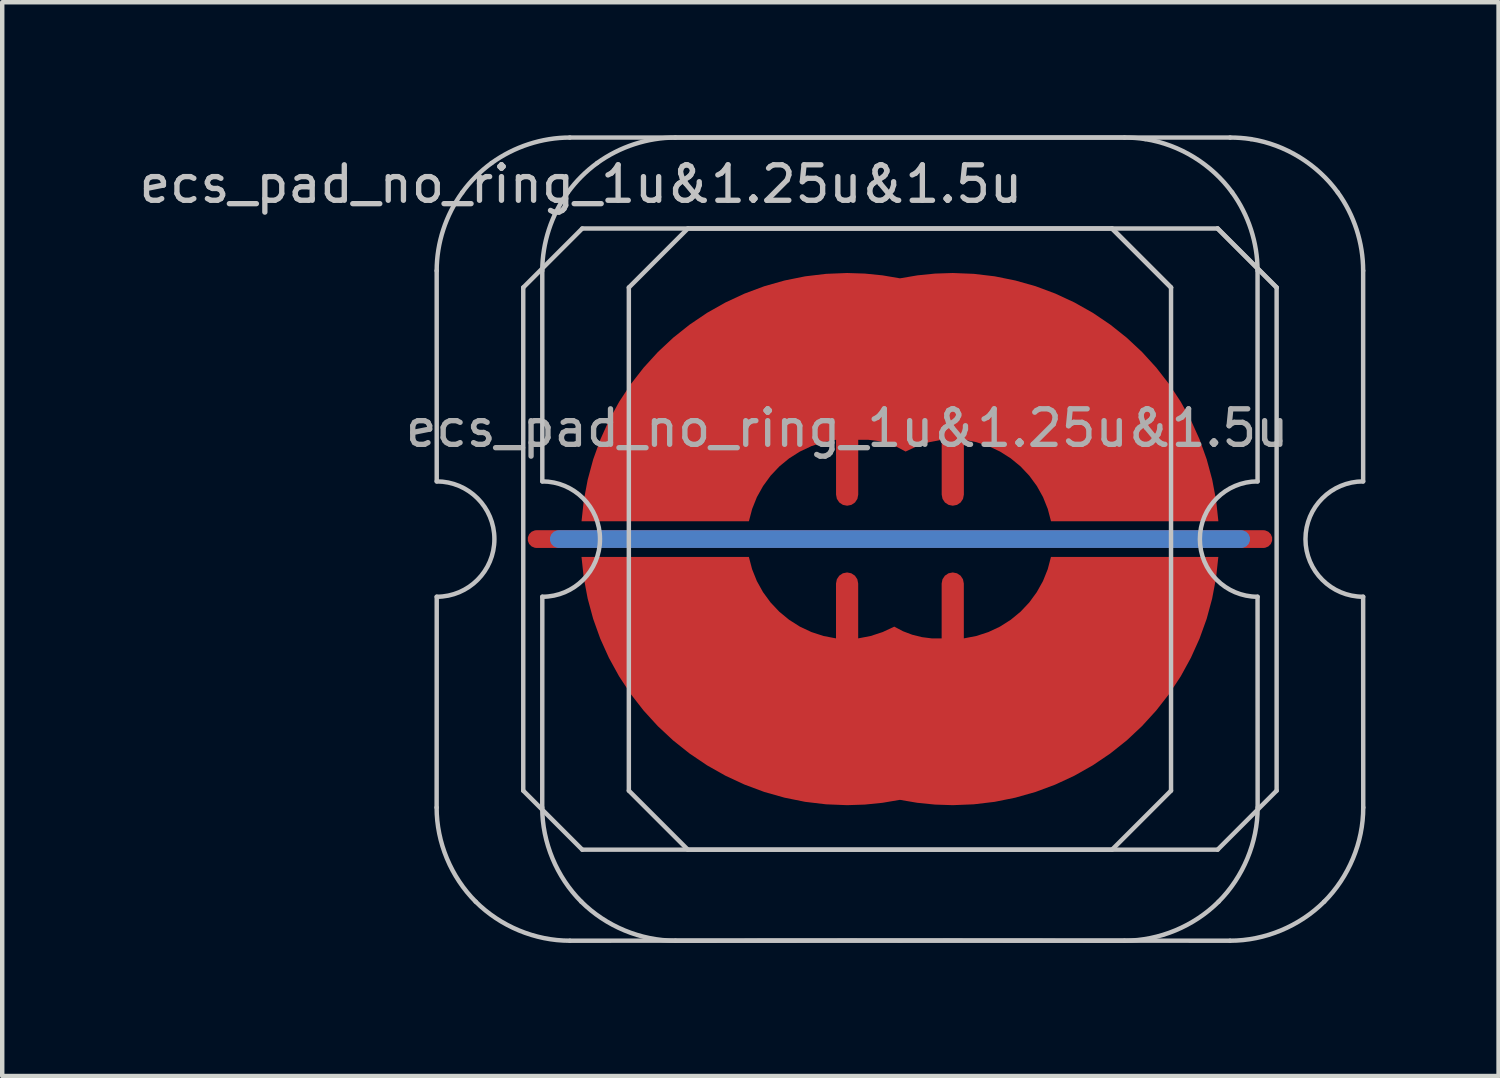
<source format=kicad_pcb>
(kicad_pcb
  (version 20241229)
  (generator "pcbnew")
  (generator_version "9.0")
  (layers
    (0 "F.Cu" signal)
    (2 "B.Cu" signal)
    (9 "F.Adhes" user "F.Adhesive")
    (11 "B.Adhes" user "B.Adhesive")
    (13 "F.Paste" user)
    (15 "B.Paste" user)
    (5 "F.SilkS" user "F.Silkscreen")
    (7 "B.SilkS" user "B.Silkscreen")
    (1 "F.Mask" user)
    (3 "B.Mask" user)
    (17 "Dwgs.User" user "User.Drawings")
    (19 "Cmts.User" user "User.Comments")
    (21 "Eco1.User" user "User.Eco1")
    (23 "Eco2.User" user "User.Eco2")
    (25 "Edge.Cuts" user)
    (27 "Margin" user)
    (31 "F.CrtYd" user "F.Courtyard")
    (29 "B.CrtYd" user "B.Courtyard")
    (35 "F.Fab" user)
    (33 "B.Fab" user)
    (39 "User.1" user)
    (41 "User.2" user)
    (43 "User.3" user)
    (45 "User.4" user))
  (footprint "ecs_pad_no_ring_1u&1.25u&1.5u"
    (layer "F.Cu")
    (at 16.043 9.1)
    (property "Reference" "ecs_pad_no_ring_1u&1.25u&1.5u" (at -6 -8 0) (layer "Dwgs.User") (effects (font (size 0.8 0.8) (thickness 0.12))))
    (attr smd)
    (fp_line (start -9.252 6.05) (end -9.25 1.3) (stroke (width 0.1) (type solid)) (layer "Dwgs.User"))
    (fp_line (start -9.25 -1.3) (end -9.251 -6.049) (stroke (width 0.1) (type solid)) (layer "Dwgs.User"))
    (fp_line (start -7.3 -5.67) (end -5.97 -7) (stroke (width 0.1) (type solid)) (layer "Dwgs.User"))
    (fp_line (start -7.3 5.67) (end -7.3 -5.67) (stroke (width 0.1) (type solid)) (layer "Dwgs.User"))
    (fp_line (start -6.872 6.05) (end -6.87 1.3) (stroke (width 0.1) (type solid)) (layer "Dwgs.User"))
    (fp_line (start -6.87 -1.3) (end -6.871 -6.049) (stroke (width 0.1) (type solid)) (layer "Dwgs.User"))
    (fp_line (start -5.97 -7) (end 5.97 -7) (stroke (width 0.1) (type solid)) (layer "Dwgs.User"))
    (fp_line (start -5.97 7) (end -7.3 5.67) (stroke (width 0.1) (type solid)) (layer "Dwgs.User"))
    (fp_line (start -4.92 -5.67) (end -3.59 -7) (stroke (width 0.1) (type solid)) (layer "Dwgs.User"))
    (fp_line (start -4.92 5.67) (end -4.92 -5.67) (stroke (width 0.1) (type solid)) (layer "Dwgs.User"))
    (fp_line (start -3.59 -7) (end 8.35 -7) (stroke (width 0.1) (type solid)) (layer "Dwgs.User"))
    (fp_line (start -3.59 7) (end -4.92 5.67) (stroke (width 0.1) (type solid)) (layer "Dwgs.User"))
    (fp_line (start 5.97 -7) (end 7.3 -5.67) (stroke (width 0.1) (type solid)) (layer "Dwgs.User"))
    (fp_line (start 5.97 7) (end -5.97 7) (stroke (width 0.1) (type solid)) (layer "Dwgs.User"))
    (fp_line (start 7.3 -5.67) (end 5.97 -7) (stroke (width 0.1) (type solid)) (layer "Dwgs.User"))
    (fp_line (start 7.3 -5.67) (end 7.3 5.67) (stroke (width 0.1) (type solid)) (layer "Dwgs.User"))
    (fp_line (start 7.3 5.67) (end 5.97 7) (stroke (width 0.1) (type solid)) (layer "Dwgs.User"))
    (fp_line (start 8.35 -7) (end 9.68 -5.67) (stroke (width 0.1) (type solid)) (layer "Dwgs.User"))
    (fp_line (start 8.35 7) (end -3.59 7) (stroke (width 0.1) (type solid)) (layer "Dwgs.User"))
    (fp_line (start 9.25 -1.3) (end 9.25 -6.049) (stroke (width 0.1) (type solid)) (layer "Dwgs.User"))
    (fp_line (start 9.252 6.05) (end 9.25 1.3) (stroke (width 0.1) (type solid)) (layer "Dwgs.User"))
    (fp_line (start 9.68 -5.67) (end 8.35 -7) (stroke (width 0.1) (type solid)) (layer "Dwgs.User"))
    (fp_line (start 9.68 -5.67) (end 9.68 5.67) (stroke (width 0.1) (type solid)) (layer "Dwgs.User"))
    (fp_line (start 9.68 5.67) (end 8.35 7) (stroke (width 0.1) (type solid)) (layer "Dwgs.User"))
    (fp_line (start 11.63 -1.3) (end 11.63 -6.049) (stroke (width 0.1) (type solid)) (layer "Dwgs.User"))
    (fp_line (start 11.632 6.05) (end 11.63 1.3) (stroke (width 0.1) (type solid)) (layer "Dwgs.User"))
    (fp_arc (start -9.25 -1.3) (mid -7.949999 0) (end -9.25 1.3) (stroke (width 0.1) (type solid)) (layer "Dwgs.User"))
    (fp_arc (start -6.87 -1.3) (mid -5.569999 -0.000001) (end -6.87 1.3) (stroke (width 0.1) (type solid)) (layer "Dwgs.User"))
    (fp_arc (start 9.25 1.3) (mid 7.95 0) (end 9.25 -1.3) (stroke (width 0.1) (type solid)) (layer "Dwgs.User"))
    (fp_arc (start 11.63 1.3) (mid 10.33 0) (end 11.63 -1.3) (stroke (width 0.1) (type solid)) (layer "Dwgs.User"))
    (fp_curve (pts (xy -9.252 6.05) (xy -9.254 6.836) (xy -8.926 7.618) (xy -8.372 8.172)) (stroke (width 0.1) (type solid)) (layer "Dwgs.User"))
    (fp_curve (pts (xy -8.676 -7.812) (xy -9.045 -7.303) (xy -9.251 -6.678) (xy -9.251 -6.049)) (stroke (width 0.1) (type solid)) (layer "Dwgs.User"))
    (fp_curve (pts (xy -8.372 8.172) (xy -7.817 8.726) (xy -7.035 9.053) (xy -6.25 9.052)) (stroke (width 0.1) (type solid)) (layer "Dwgs.User"))
    (fp_curve (pts (xy -8.013 -8.476) (xy -8.267 -8.291) (xy -8.492 -8.066) (xy -8.676 -7.812)) (stroke (width 0.1) (type solid)) (layer "Dwgs.User"))
    (fp_curve (pts (xy -6.872 6.05) (xy -6.874 6.836) (xy -6.546 7.618) (xy -5.992 8.172)) (stroke (width 0.1) (type solid)) (layer "Dwgs.User"))
    (fp_curve (pts (xy -6.296 -7.812) (xy -6.665 -7.303) (xy -6.871 -6.678) (xy -6.871 -6.049)) (stroke (width 0.1) (type solid)) (layer "Dwgs.User"))
    (fp_curve (pts (xy -6.25 -9.05) (xy -6.878 -9.05) (xy -7.504 -8.844) (xy -8.013 -8.476)) (stroke (width 0.1) (type solid)) (layer "Dwgs.User"))
    (fp_curve (pts (xy -6.25 9.052) (xy -2.116 9.046) (xy 2.116 9.046) (xy 6.25 9.052)) (stroke (width 0.1) (type solid)) (layer "Dwgs.User"))
    (fp_curve (pts (xy -5.992 8.172) (xy -5.437 8.726) (xy -4.655 9.053) (xy -3.87 9.052)) (stroke (width 0.1) (type solid)) (layer "Dwgs.User"))
    (fp_curve (pts (xy -5.633 -8.476) (xy -5.887 -8.291) (xy -6.112 -8.066) (xy -6.296 -7.812)) (stroke (width 0.1) (type solid)) (layer "Dwgs.User"))
    (fp_curve (pts (xy -3.87 -9.05) (xy -4.498 -9.05) (xy -5.124 -8.844) (xy -5.633 -8.476)) (stroke (width 0.1) (type solid)) (layer "Dwgs.User"))
    (fp_curve (pts (xy -3.87 9.052) (xy 0.264 9.046) (xy 4.496 9.046) (xy 8.63 9.052)) (stroke (width 0.1) (type solid)) (layer "Dwgs.User"))
    (fp_curve (pts (xy 6.25 9.052) (xy 7.035 9.053) (xy 7.817 8.726) (xy 8.372 8.172)) (stroke (width 0.1) (type solid)) (layer "Dwgs.User"))
    (fp_curve (pts (xy 6.25 -9.05) (xy 2.118 -9.052) (xy -2.117 -9.05) (xy -6.25 -9.05)) (stroke (width 0.1) (type solid)) (layer "Dwgs.User"))
    (fp_curve (pts (xy 6.72 -9.015) (xy 6.564 -9.039) (xy 6.407 -9.05) (xy 6.25 -9.05)) (stroke (width 0.1) (type solid)) (layer "Dwgs.User"))
    (fp_curve (pts (xy 8.372 8.172) (xy 8.926 7.618) (xy 9.254 6.836) (xy 9.252 6.05)) (stroke (width 0.1) (type solid)) (layer "Dwgs.User"))
    (fp_curve (pts (xy 8.63 9.052) (xy 9.415 9.053) (xy 10.197 8.726) (xy 10.752 8.172)) (stroke (width 0.1) (type solid)) (layer "Dwgs.User"))
    (fp_curve (pts (xy 8.63 -9.05) (xy 4.498 -9.052) (xy 0.263 -9.05) (xy -3.87 -9.05)) (stroke (width 0.1) (type solid)) (layer "Dwgs.User"))
    (fp_curve (pts (xy 8.677 -7.814) (xy 8.215 -8.449) (xy 7.496 -8.893) (xy 6.72 -9.015)) (stroke (width 0.1) (type solid)) (layer "Dwgs.User"))
    (fp_curve (pts (xy 9.1 -9.015) (xy 8.944 -9.039) (xy 8.787 -9.05) (xy 8.63 -9.05)) (stroke (width 0.1) (type solid)) (layer "Dwgs.User"))
    (fp_curve (pts (xy 9.25 -6.049) (xy 9.25 -6.677) (xy 9.046 -7.307) (xy 8.677 -7.814)) (stroke (width 0.1) (type solid)) (layer "Dwgs.User"))
    (fp_curve (pts (xy 10.752 8.172) (xy 11.306 7.618) (xy 11.634 6.836) (xy 11.632 6.05)) (stroke (width 0.1) (type solid)) (layer "Dwgs.User"))
    (fp_curve (pts (xy 11.057 -7.814) (xy 10.595 -8.449) (xy 9.876 -8.893) (xy 9.1 -9.015)) (stroke (width 0.1) (type solid)) (layer "Dwgs.User"))
    (fp_curve (pts (xy 11.63 -6.049) (xy 11.63 -6.677) (xy 11.426 -7.307) (xy 11.057 -7.814)) (stroke (width 0.1) (type solid)) (layer "Dwgs.User"))
    (fp_text user "${REFERENCE}" (at 0 -2.5 0) (layer "F.Fab") (effects (font (size 0.8 0.8) (thickness 0.12))))
    (pad "1" smd custom (at 0 -1.002) (size 0.019 0.019) (layers "F.Cu") (options (anchor circle)) (primitives (gr_poly (pts (xy -0.231 0.096) (xy -0.177 0.177) (xy -0.096 0.231) (xy 0 0.25) (xy 0.096 0.231) (xy 0.177 0.177) (xy 0.231 0.096) (xy 0.25 0) (xy 0.25 -1.236) (xy 0.473 -1.236) (xy 0.695 -1.208) (xy 0.912 -1.154) (xy 1.121 -1.075) (xy 1.318 -0.971) (xy 1.578 -1.093) (xy 1.85 -1.182) (xy 2.131 -1.236) (xy 2.131 0) (xy 2.15 0.096) (xy 2.204 0.177) (xy 2.286 0.231) (xy 2.381 0.25) (xy 2.477 0.231) (xy 2.558 0.177) (xy 2.612 0.096) (xy 2.631 0) (xy 2.631 -1.236) (xy 2.913 -1.182) (xy 3.186 -1.093) (xy 3.445 -0.971) (xy 3.688 -0.817) (xy 3.909 -0.635) (xy 4.106 -0.426) (xy 4.276 -0.194) (xy 4.415 0.056) (xy 4.522 0.323) (xy 4.595 0.6) (xy 8.367 0.6) (xy 8.316 0.128) (xy 8.228 -0.338) (xy 8.104 -0.796) (xy 7.944 -1.243) (xy 7.749 -1.675) (xy 7.52 -2.091) (xy 7.259 -2.488) (xy 6.968 -2.862) (xy 6.648 -3.213) (xy 6.301 -3.537) (xy 5.93 -3.832) (xy 5.536 -4.098) (xy 5.123 -4.331) (xy 4.693 -4.531) (xy 4.248 -4.697) (xy 3.792 -4.826) (xy 3.327 -4.92) (xy 2.855 -4.976) (xy 2.381 -4.995) (xy 1.982 -4.982) (xy 1.585 -4.942) (xy 1.191 -4.875) (xy 0.797 -4.942) (xy 0.399 -4.982) (xy 0 -4.995) (xy -0.474 -4.976) (xy -0.945 -4.92) (xy -1.411 -4.826) (xy -1.867 -4.697) (xy -2.312 -4.531) (xy -2.742 -4.331) (xy -3.155 -4.098) (xy -3.549 -3.832) (xy -3.92 -3.537) (xy -4.266 -3.213) (xy -4.586 -2.862) (xy -4.878 -2.488) (xy -5.139 -2.091) (xy -5.367 -1.675) (xy -5.562 -1.243) (xy -5.723 -0.796) (xy -5.847 -0.338) (xy -5.935 0.128) (xy -5.986 0.6) (xy -2.214 0.6) (xy -2.141 0.323) (xy -2.034 0.056) (xy -1.894 -0.194) (xy -1.725 -0.426) (xy -1.528 -0.635) (xy -1.307 -0.817) (xy -1.064 -0.971) (xy -0.805 -1.093) (xy -0.532 -1.182) (xy -0.25 -1.236) (xy -0.25 0)) (width 0) (fill yes))))
    (pad "2" smd custom (at 2.38 1.002 180) (size 0.019 0.019) (layers "F.Cu") (options (anchor circle)) (primitives (gr_poly (pts (xy -0.231 0.096) (xy -0.177 0.177) (xy -0.096 0.231) (xy 0 0.25) (xy 0.096 0.231) (xy 0.177 0.177) (xy 0.231 0.096) (xy 0.25 0) (xy 0.25 -1.236) (xy 0.473 -1.236) (xy 0.695 -1.208) (xy 0.912 -1.154) (xy 1.121 -1.075) (xy 1.318 -0.971) (xy 1.578 -1.093) (xy 1.85 -1.182) (xy 2.131 -1.236) (xy 2.131 0) (xy 2.15 0.096) (xy 2.204 0.177) (xy 2.286 0.231) (xy 2.381 0.25) (xy 2.477 0.231) (xy 2.558 0.177) (xy 2.612 0.096) (xy 2.631 0) (xy 2.631 -1.236) (xy 2.913 -1.182) (xy 3.186 -1.093) (xy 3.445 -0.971) (xy 3.688 -0.817) (xy 3.909 -0.635) (xy 4.106 -0.426) (xy 4.276 -0.194) (xy 4.415 0.056) (xy 4.522 0.323) (xy 4.595 0.6) (xy 8.367 0.6) (xy 8.316 0.128) (xy 8.228 -0.338) (xy 8.104 -0.796) (xy 7.944 -1.243) (xy 7.749 -1.675) (xy 7.52 -2.091) (xy 7.259 -2.488) (xy 6.968 -2.862) (xy 6.648 -3.213) (xy 6.301 -3.537) (xy 5.93 -3.832) (xy 5.536 -4.098) (xy 5.123 -4.331) (xy 4.693 -4.531) (xy 4.248 -4.697) (xy 3.792 -4.826) (xy 3.327 -4.92) (xy 2.855 -4.976) (xy 2.381 -4.995) (xy 1.982 -4.982) (xy 1.585 -4.942) (xy 1.191 -4.875) (xy 0.797 -4.942) (xy 0.399 -4.982) (xy 0 -4.995) (xy -0.474 -4.976) (xy -0.945 -4.92) (xy -1.411 -4.826) (xy -1.867 -4.697) (xy -2.312 -4.531) (xy -2.742 -4.331) (xy -3.155 -4.098) (xy -3.549 -3.832) (xy -3.92 -3.537) (xy -4.266 -3.213) (xy -4.586 -2.862) (xy -4.878 -2.488) (xy -5.139 -2.091) (xy -5.367 -1.675) (xy -5.562 -1.243) (xy -5.723 -0.796) (xy -5.847 -0.338) (xy -5.935 0.128) (xy -5.986 0.6) (xy -2.214 0.6) (xy -2.141 0.323) (xy -2.034 0.056) (xy -1.894 -0.194) (xy -1.725 -0.426) (xy -1.528 -0.635) (xy -1.307 -0.817) (xy -1.064 -0.971) (xy -0.805 -1.093) (xy -0.532 -1.182) (xy -0.25 -1.236) (xy -0.25 0)) (width 0) (fill yes))))
    (pad "3" smd custom (at 1.191 0 270) (size 0.4 0.4) (layers "F.Cu") (options (anchor rect)) (primitives (gr_line (start 0 -8.191) (end 0 8.191) (width 0.4))))
    (pad "3" smd custom (at 1.191 0 270) (size 0.4 0.4) (layers "B.Cu") (options (anchor rect)) (primitives (gr_line (start 0 -7.691) (end 0 7.691) (width 0.4))))
    (zone (net_name "") (layer "F.Cu") (hatch edge 0.508) (connect_pads) (min_thickness 0.254) (filled_areas_thickness no) (keepout (tracks allowed) (vias allowed) (pads allowed) (copperpour not_allowed) (footprints allowed)) (placement (enabled no)) (fill) (polygon (pts (xy 9.038 9.1) (xy 9.057 9.614) (xy 9.113 10.124) (xy 9.207 10.629) (xy 9.337 11.125) (xy 9.503 11.611) (xy 9.705 12.083) (xy 9.94 12.539) (xy 10.208 12.977) (xy 10.508 13.394) (xy 10.837 13.788) (xy 11.194 14.156) (xy 11.578 14.498) (xy 11.985 14.81) (xy 12.414 15.092) (xy 12.863 15.342) (xy 13.328 15.558) (xy 13.809 15.74) (xy 14.301 15.885) (xy 14.802 15.995) (xy 15.311 16.067) (xy 15.823 16.102) (xy 16.336 16.099) (xy 16.848 16.059) (xy 17.355 15.981) (xy 17.856 15.867) (xy 18.347 15.716) (xy 18.825 15.529) (xy 19.288 15.308) (xy 19.734 15.054) (xy 20.16 14.768) (xy 20.564 14.451) (xy 20.944 14.105) (xy 21.297 13.733) (xy 21.622 13.336) (xy 21.918 12.916) (xy 22.181 12.475) (xy 22.412 12.017) (xy 22.608 11.542) (xy 22.77 11.055) (xy 22.895 10.557) (xy 22.983 10.051) (xy 23.034 9.54) (xy 23.047 9.027) (xy 23.023 8.514) (xy 22.962 8.005) (xy 22.863 7.501) (xy 22.727 7.006) (xy 22.556 6.522) (xy 22.35 6.052) (xy 22.109 5.598) (xy 21.836 5.163) (xy 21.533 4.749) (xy 21.199 4.359) (xy 20.838 3.994) (xy 20.451 3.657) (xy 20.041 3.348) (xy 19.609 3.071) (xy 19.157 2.826) (xy 18.69 2.615) (xy 18.207 2.438) (xy 17.714 2.298) (xy 17.211 2.194) (xy 16.702 2.127) (xy 16.19 2.097) (xy 15.676 2.105) (xy 15.165 2.151) (xy 14.658 2.234) (xy 14.159 2.354) (xy 13.67 2.51) (xy 13.194 2.701) (xy 12.733 2.927) (xy 12.289 3.186) (xy 11.866 3.477) (xy 11.466 3.798) (xy 11.09 4.147) (xy 10.74 4.523) (xy 10.419 4.924) (xy 10.128 5.347) (xy 9.869 5.79) (xy 9.644 6.251) (xy 9.452 6.728) (xy 9.296 7.217) (xy 9.176 7.716) (xy 9.093 8.223) (xy 9.048 8.734))))
    (zone (net_name "") (layer "F.Cu") (hatch edge 0.508) (connect_pads) (min_thickness 0.254) (filled_areas_thickness no) (keepout (tracks allowed) (vias allowed) (pads allowed) (copperpour not_allowed) (footprints allowed)) (placement (enabled no)) (fill) (polygon (pts (xy 11.418 9.1) (xy 11.437 9.614) (xy 11.493 10.124) (xy 11.587 10.629) (xy 11.717 11.125) (xy 11.883 11.611) (xy 12.085 12.083) (xy 12.32 12.539) (xy 12.588 12.977) (xy 12.888 13.394) (xy 13.217 13.788) (xy 13.574 14.156) (xy 13.958 14.498) (xy 14.365 14.81) (xy 14.794 15.092) (xy 15.243 15.342) (xy 15.708 15.558) (xy 16.189 15.74) (xy 16.681 15.885) (xy 17.182 15.995) (xy 17.691 16.067) (xy 18.203 16.102) (xy 18.716 16.099) (xy 19.228 16.059) (xy 19.735 15.981) (xy 20.236 15.867) (xy 20.727 15.716) (xy 21.205 15.529) (xy 21.668 15.308) (xy 22.114 15.054) (xy 22.54 14.768) (xy 22.944 14.451) (xy 23.324 14.105) (xy 23.677 13.733) (xy 24.002 13.336) (xy 24.298 12.916) (xy 24.561 12.475) (xy 24.792 12.017) (xy 24.988 11.542) (xy 25.15 11.055) (xy 25.275 10.557) (xy 25.363 10.051) (xy 25.414 9.54) (xy 25.427 9.027) (xy 25.403 8.514) (xy 25.342 8.005) (xy 25.243 7.501) (xy 25.107 7.006) (xy 24.936 6.522) (xy 24.73 6.052) (xy 24.489 5.598) (xy 24.216 5.163) (xy 23.913 4.749) (xy 23.579 4.359) (xy 23.218 3.994) (xy 22.831 3.657) (xy 22.421 3.348) (xy 21.989 3.071) (xy 21.537 2.826) (xy 21.07 2.615) (xy 20.587 2.438) (xy 20.094 2.298) (xy 19.591 2.194) (xy 19.082 2.127) (xy 18.57 2.097) (xy 18.056 2.105) (xy 17.545 2.151) (xy 17.038 2.234) (xy 16.539 2.354) (xy 16.05 2.51) (xy 15.574 2.701) (xy 15.113 2.927) (xy 14.669 3.186) (xy 14.246 3.477) (xy 13.846 3.798) (xy 13.47 4.147) (xy 13.12 4.523) (xy 12.799 4.924) (xy 12.508 5.347) (xy 12.249 5.79) (xy 12.024 6.251) (xy 11.832 6.728) (xy 11.676 7.217) (xy 11.556 7.716) (xy 11.473 8.223) (xy 11.428 8.734))))
    (zone (net_name "") (layer "B.Cu") (hatch edge 0.508) (connect_pads) (min_thickness 0.254) (filled_areas_thickness no) (keepout (tracks allowed) (vias allowed) (pads allowed) (copperpour not_allowed) (footprints allowed)) (placement (enabled no)) (fill) (polygon (pts (xy 9.485 9.1) (xy 9.505 9.615) (xy 9.565 10.126) (xy 9.666 10.631) (xy 9.806 11.127) (xy 9.984 11.61) (xy 10.199 12.078) (xy 10.451 12.527) (xy 10.737 12.955) (xy 11.056 13.36) (xy 11.405 13.738) (xy 11.784 14.087) (xy 12.188 14.406) (xy 12.616 14.692) (xy 13.065 14.944) (xy 13.533 15.16) (xy 14.016 15.338) (xy 14.512 15.478) (xy 15.017 15.578) (xy 15.528 15.639) (xy 16.043 15.659) (xy 16.557 15.639) (xy 17.069 15.578) (xy 17.574 15.478) (xy 18.069 15.338) (xy 18.553 15.16) (xy 19.02 14.944) (xy 19.47 14.692) (xy 19.898 14.406) (xy 20.302 14.087) (xy 20.68 13.738) (xy 21.03 13.36) (xy 21.349 12.955) (xy 21.635 12.527) (xy 21.886 12.078) (xy 22.102 11.61) (xy 22.28 11.127) (xy 22.42 10.631) (xy 22.52 10.126) (xy 22.581 9.615) (xy 22.601 9.1) (xy 22.581 8.586) (xy 22.52 8.075) (xy 22.42 7.57) (xy 22.28 7.074) (xy 22.102 6.591) (xy 21.886 6.123) (xy 21.635 5.674) (xy 21.349 5.246) (xy 21.03 4.841) (xy 20.68 4.463) (xy 20.302 4.114) (xy 19.898 3.795) (xy 19.47 3.509) (xy 19.02 3.257) (xy 18.553 3.041) (xy 18.069 2.863) (xy 17.574 2.723) (xy 17.069 2.623) (xy 16.557 2.562) (xy 16.043 2.542) (xy 15.528 2.562) (xy 15.017 2.623) (xy 14.512 2.723) (xy 14.016 2.863) (xy 13.533 3.041) (xy 13.065 3.257) (xy 12.616 3.509) (xy 12.188 3.795) (xy 11.784 4.114) (xy 11.405 4.463) (xy 11.056 4.841) (xy 10.737 5.246) (xy 10.451 5.674) (xy 10.199 6.123) (xy 9.984 6.591) (xy 9.806 7.074) (xy 9.666 7.57) (xy 9.565 8.075) (xy 9.505 8.586))))
    (zone (net_name "") (layer "B.Cu") (hatch edge 0.508) (connect_pads) (min_thickness 0.254) (filled_areas_thickness no) (keepout (tracks allowed) (vias allowed) (pads allowed) (copperpour not_allowed) (footprints allowed)) (placement (enabled no)) (fill) (polygon (pts (xy 11.865 9.1) (xy 11.885 9.615) (xy 11.945 10.126) (xy 12.046 10.631) (xy 12.186 11.127) (xy 12.364 11.61) (xy 12.579 12.078) (xy 12.831 12.527) (xy 13.117 12.955) (xy 13.436 13.36) (xy 13.785 13.738) (xy 14.164 14.087) (xy 14.568 14.406) (xy 14.996 14.692) (xy 15.445 14.944) (xy 15.913 15.16) (xy 16.396 15.338) (xy 16.892 15.478) (xy 17.397 15.578) (xy 17.908 15.639) (xy 18.423 15.659) (xy 18.937 15.639) (xy 19.449 15.578) (xy 19.954 15.478) (xy 20.449 15.338) (xy 20.933 15.16) (xy 21.4 14.944) (xy 21.85 14.692) (xy 22.278 14.406) (xy 22.682 14.087) (xy 23.06 13.738) (xy 23.41 13.36) (xy 23.729 12.955) (xy 24.015 12.527) (xy 24.266 12.078) (xy 24.482 11.61) (xy 24.66 11.127) (xy 24.8 10.631) (xy 24.9 10.126) (xy 24.961 9.615) (xy 24.981 9.1) (xy 24.961 8.586) (xy 24.9 8.075) (xy 24.8 7.57) (xy 24.66 7.074) (xy 24.482 6.591) (xy 24.266 6.123) (xy 24.015 5.674) (xy 23.729 5.246) (xy 23.41 4.841) (xy 23.06 4.463) (xy 22.682 4.114) (xy 22.278 3.795) (xy 21.85 3.509) (xy 21.4 3.257) (xy 20.933 3.041) (xy 20.449 2.863) (xy 19.954 2.723) (xy 19.449 2.623) (xy 18.937 2.562) (xy 18.423 2.542) (xy 17.908 2.562) (xy 17.397 2.623) (xy 16.892 2.723) (xy 16.396 2.863) (xy 15.913 3.041) (xy 15.445 3.257) (xy 14.996 3.509) (xy 14.568 3.795) (xy 14.164 4.114) (xy 13.785 4.463) (xy 13.436 4.841) (xy 13.117 5.246) (xy 12.831 5.674) (xy 12.579 6.123) (xy 12.364 6.591) (xy 12.186 7.074) (xy 12.046 7.57) (xy 11.945 8.075) (xy 11.885 8.586)))))
  (gr_rect
    (start -3 -3)
    (end 30.725 21.202)
    (stroke (width 0.1) (type default))
    (fill no)
    (layer "Edge.Cuts")))
</source>
